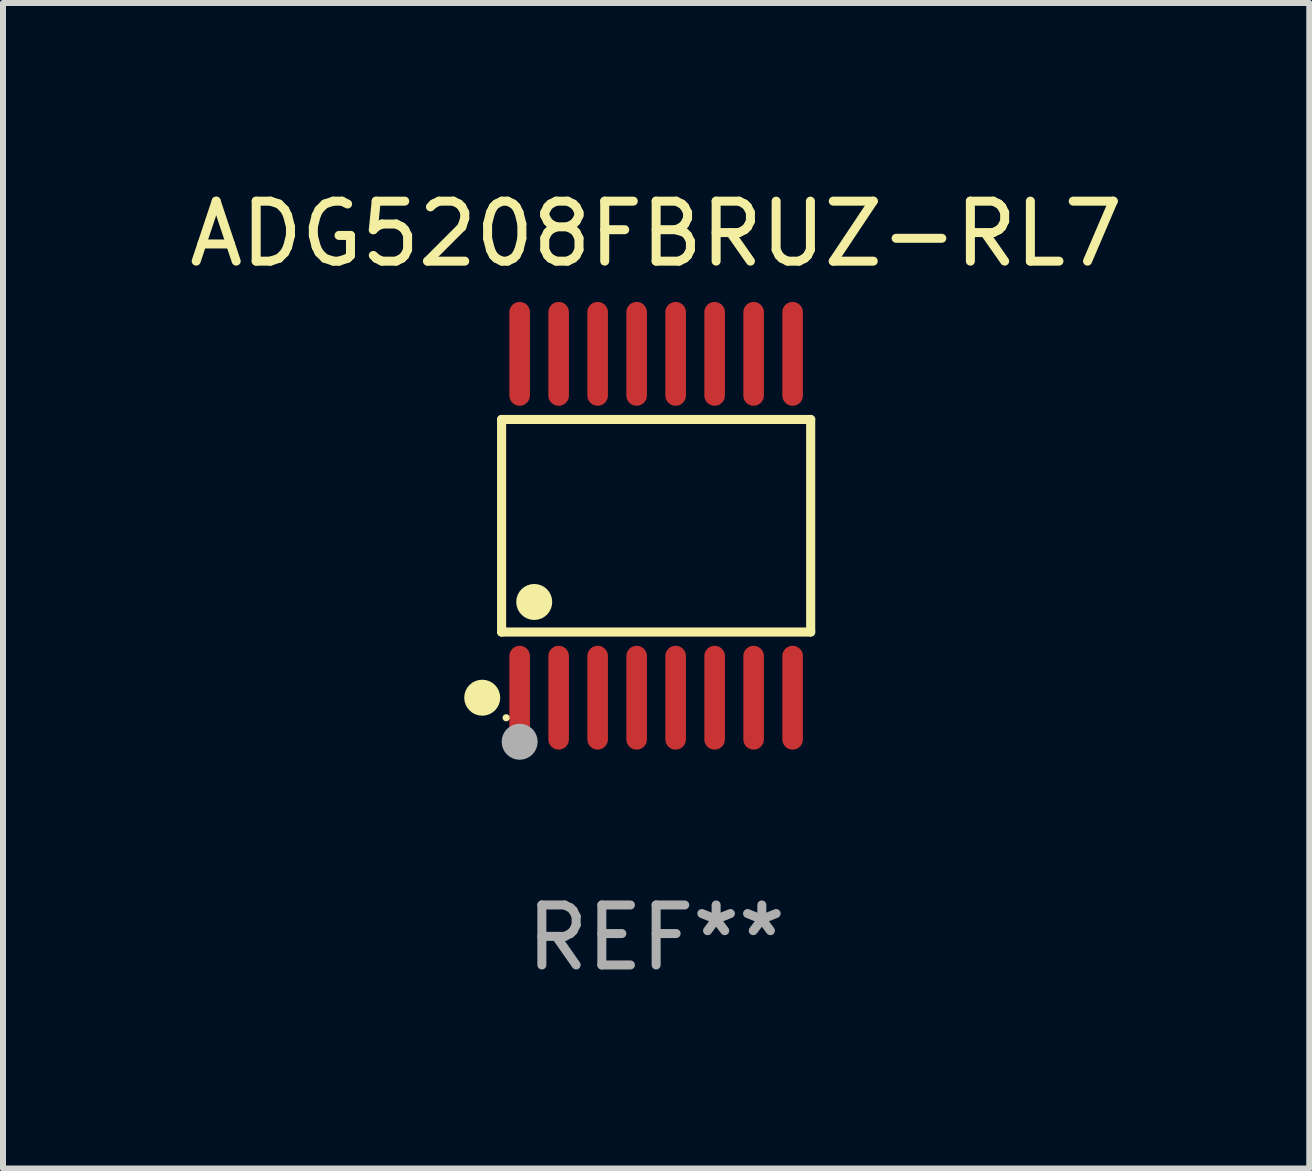
<source format=kicad_pcb>
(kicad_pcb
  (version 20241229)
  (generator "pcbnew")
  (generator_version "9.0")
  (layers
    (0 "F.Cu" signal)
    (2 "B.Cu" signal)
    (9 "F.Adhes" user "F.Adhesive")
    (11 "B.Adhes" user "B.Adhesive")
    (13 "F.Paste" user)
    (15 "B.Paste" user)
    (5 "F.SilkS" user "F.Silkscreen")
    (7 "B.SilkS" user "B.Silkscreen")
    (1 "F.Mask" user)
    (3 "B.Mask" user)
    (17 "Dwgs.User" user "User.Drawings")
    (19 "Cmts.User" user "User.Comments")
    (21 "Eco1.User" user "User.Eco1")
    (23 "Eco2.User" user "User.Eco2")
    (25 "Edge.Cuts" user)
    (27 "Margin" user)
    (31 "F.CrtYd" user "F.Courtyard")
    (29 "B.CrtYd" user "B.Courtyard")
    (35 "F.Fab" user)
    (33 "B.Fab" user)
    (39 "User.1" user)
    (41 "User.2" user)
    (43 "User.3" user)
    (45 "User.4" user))
  (footprint "ADG5208FBRUZ-RL7"
    (layer "F.Cu")
    (at 7.887 5.714)
    (property "Reference" "ADG5208FBRUZ-RL7" (at 0 -4.866 0) (layer "F.SilkS") (effects (font (size 1 1) (thickness 0.15))))
    (attr through_hole)
    (fp_line (start -2.576 -1.772) (end 2.576 -1.772) (stroke (width 0.152) (type solid)) (layer "F.SilkS"))
    (fp_line (start -2.576 1.771) (end -2.576 -1.772) (stroke (width 0.152) (type solid)) (layer "F.SilkS"))
    (fp_line (start 2.576 -1.772) (end 2.576 1.771) (stroke (width 0.152) (type solid)) (layer "F.SilkS"))
    (fp_line (start 2.576 1.771) (end -2.576 1.771) (stroke (width 0.152) (type solid)) (layer "F.SilkS"))
    (fp_circle (center -2.899 2.866) (end -2.749 2.866) (stroke (width 0.3) (type solid)) (fill no) (layer "F.SilkS"))
    (fp_circle (center -2.5 3.2) (end -2.47 3.2) (stroke (width 0.06) (type solid)) (fill no) (layer "F.SilkS"))
    (fp_circle (center -2.032 1.27) (end -1.882 1.27) (stroke (width 0.3) (type solid)) (fill no) (layer "F.SilkS"))
    (fp_circle (center -2.275 3.6) (end -2.125 3.6) (stroke (width 0.3) (type solid)) (fill no) (layer "F.Fab"))
    (fp_text user "REF**" (at 0 6.866 0) (layer "F.Fab") (effects (font (size 1 1) (thickness 0.15))))
    (pad "1" smd oval (at -2.275 2.866) (size 0.343 1.731) (layers "F.Cu" "F.Mask" "F.Paste"))
    (pad "2" smd oval (at -1.625 2.866) (size 0.343 1.731) (layers "F.Cu" "F.Mask" "F.Paste"))
    (pad "3" smd oval (at -0.975 2.866) (size 0.343 1.731) (layers "F.Cu" "F.Mask" "F.Paste"))
    (pad "4" smd oval (at -0.325 2.866) (size 0.343 1.731) (layers "F.Cu" "F.Mask" "F.Paste"))
    (pad "5" smd oval (at 0.325 2.866) (size 0.343 1.731) (layers "F.Cu" "F.Mask" "F.Paste"))
    (pad "6" smd oval (at 0.975 2.866) (size 0.343 1.731) (layers "F.Cu" "F.Mask" "F.Paste"))
    (pad "7" smd oval (at 1.625 2.866) (size 0.343 1.731) (layers "F.Cu" "F.Mask" "F.Paste"))
    (pad "8" smd oval (at 2.275 2.866) (size 0.343 1.731) (layers "F.Cu" "F.Mask" "F.Paste"))
    (pad "9" smd oval (at 2.275 -2.866) (size 0.343 1.731) (layers "F.Cu" "F.Mask" "F.Paste"))
    (pad "10" smd oval (at 1.625 -2.866) (size 0.343 1.731) (layers "F.Cu" "F.Mask" "F.Paste"))
    (pad "11" smd oval (at 0.975 -2.866) (size 0.343 1.731) (layers "F.Cu" "F.Mask" "F.Paste"))
    (pad "12" smd oval (at 0.325 -2.866) (size 0.343 1.731) (layers "F.Cu" "F.Mask" "F.Paste"))
    (pad "13" smd oval (at -0.325 -2.866) (size 0.343 1.731) (layers "F.Cu" "F.Mask" "F.Paste"))
    (pad "14" smd oval (at -0.975 -2.866) (size 0.343 1.731) (layers "F.Cu" "F.Mask" "F.Paste"))
    (pad "15" smd oval (at -1.625 -2.866) (size 0.343 1.731) (layers "F.Cu" "F.Mask" "F.Paste"))
    (pad "16" smd oval (at -2.275 -2.866) (size 0.343 1.731) (layers "F.Cu" "F.Mask" "F.Paste")))
  (gr_rect
    (start -3 -3)
    (end 18.774 16.428)
    (stroke (width 0.1) (type default))
    (fill no)
    (layer "Edge.Cuts")))
</source>
